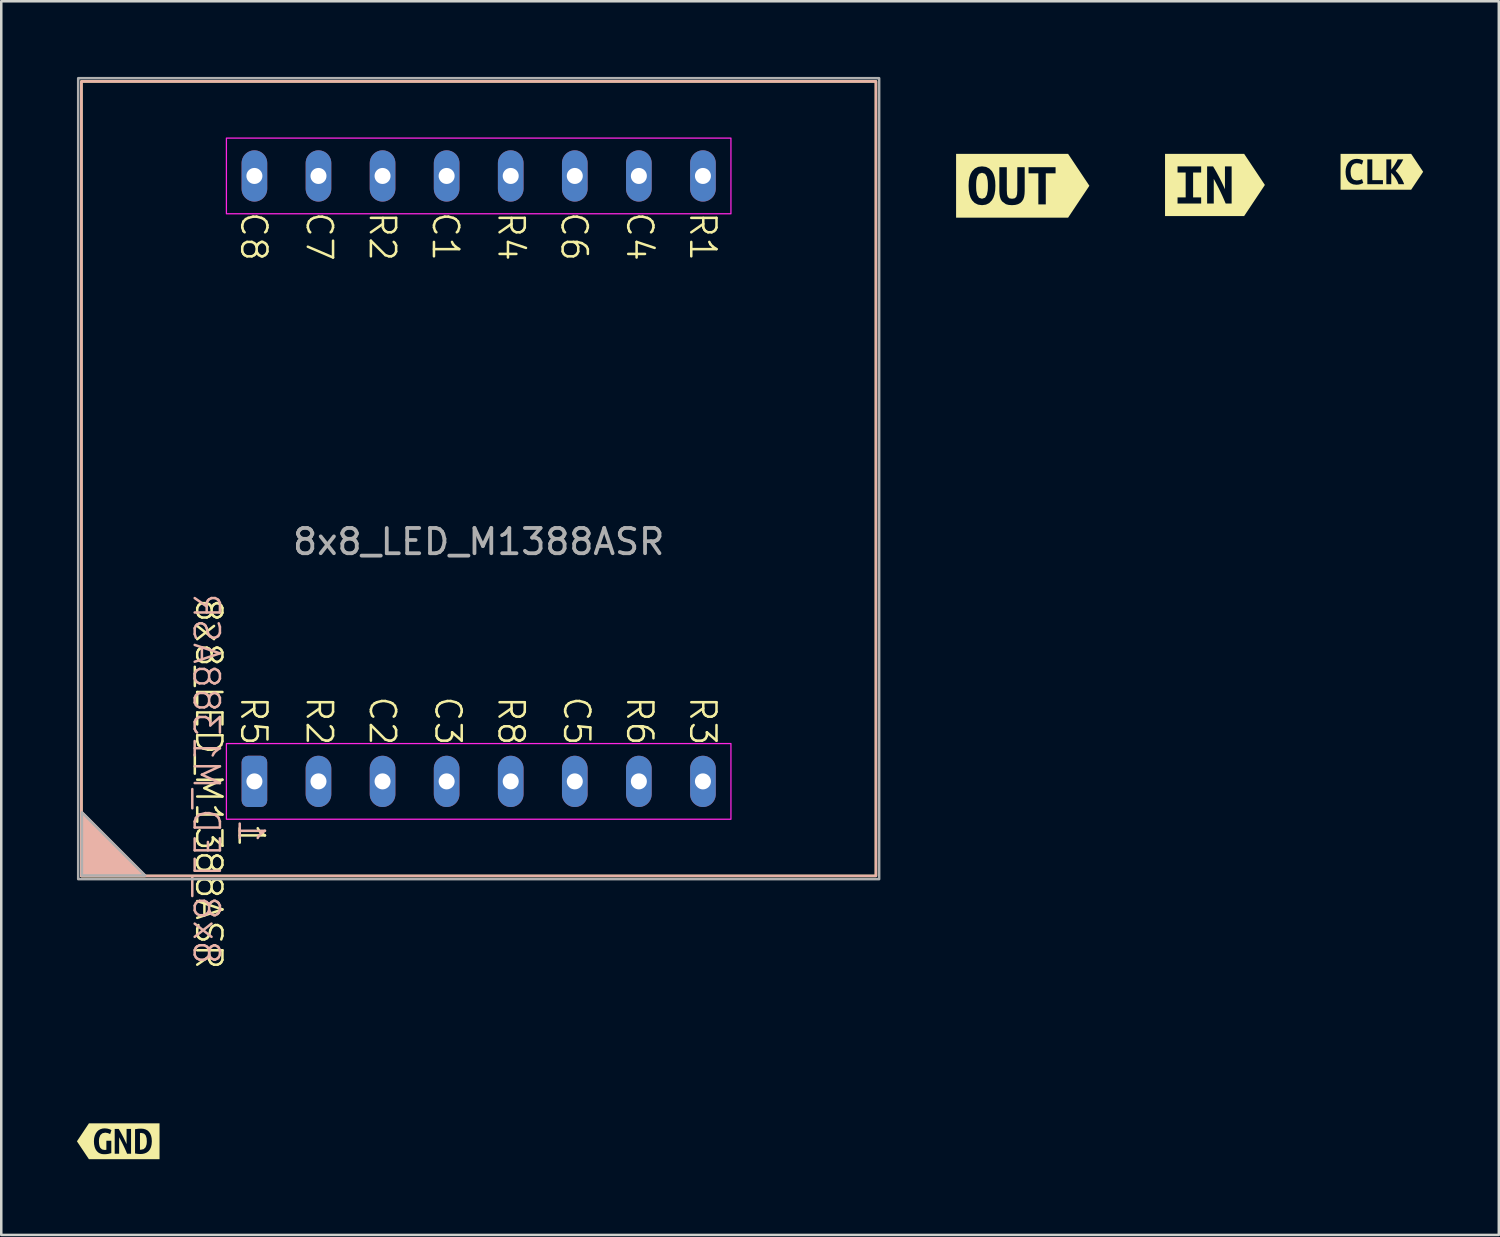
<source format=kicad_pcb>
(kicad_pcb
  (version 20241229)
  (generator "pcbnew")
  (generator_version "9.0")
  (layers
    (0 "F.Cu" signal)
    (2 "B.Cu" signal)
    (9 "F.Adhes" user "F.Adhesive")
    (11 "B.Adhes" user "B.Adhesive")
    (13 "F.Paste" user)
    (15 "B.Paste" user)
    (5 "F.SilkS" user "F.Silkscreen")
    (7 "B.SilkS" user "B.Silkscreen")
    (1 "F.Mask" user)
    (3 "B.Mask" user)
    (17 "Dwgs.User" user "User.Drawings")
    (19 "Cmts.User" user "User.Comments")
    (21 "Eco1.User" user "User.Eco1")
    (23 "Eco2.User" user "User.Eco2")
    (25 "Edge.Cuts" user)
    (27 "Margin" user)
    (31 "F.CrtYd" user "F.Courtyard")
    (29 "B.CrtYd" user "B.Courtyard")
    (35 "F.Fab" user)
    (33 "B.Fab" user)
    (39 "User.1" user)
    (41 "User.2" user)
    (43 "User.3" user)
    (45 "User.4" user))
  (footprint "kibuzzard-6458BD81"
    (layer "F.Cu")
    (at 45.112 4.282)
    (property "Reference" "kibuzzard-6458BD81" (at 0 -4.281 0) (layer "F.SilkS") (effects (font (size 0.001 0.001) (thickness 0.15))))
    (attr board_only exclude_from_pos_files exclude_from_bom)
    (fp_poly (pts (xy -1.483 -1.233) (xy -1.979 -1.233) (xy -1.979 1.233) (xy -1.483 1.233) (xy -1.483 0.737) (xy -1.483 0.494) (xy -1.161 0.494) (xy -1.161 -0.494) (xy -1.483 -0.494) (xy -1.483 -0.737) (xy -0.547 -0.737) (xy -0.547 -0.494) (xy -0.866 -0.494) (xy -0.866 0.494) (xy -0.547 0.494) (xy -0.547 0.737) (xy -1.483 0.737) (xy -1.483 1.233) (xy 0.425 1.233) (xy 0.425 0.737) (xy 0.356 0.574) (xy 0.284 0.411) (xy 0.207 0.248) (xy 0.126 0.085) (xy 0.042 -0.078) (xy -0.047 -0.242) (xy -0.047 0.737) (xy -0.311 0.737) (xy -0.311 -0.737) (xy -0.075 -0.737) (xy -0.009 -0.628) (xy 0.058 -0.51) (xy 0.124 -0.387) (xy 0.188 -0.266) (xy 0.249 -0.146) (xy 0.305 -0.03) (xy 0.354 0.077) (xy 0.396 0.17) (xy 0.396 -0.737) (xy 0.661 -0.737) (xy 0.661 0.737) (xy 0.425 0.737) (xy 0.425 1.233) (xy 0.661 1.233) (xy 1.157 1.233) (xy 1.979 0) (xy 1.157 -1.233) (xy 0.661 -1.233) (xy -1.483 -1.233)) (stroke (width 0) (type solid)) (fill yes) (layer "F.SilkS")))
  (footprint "kibuzzard-6458BD8D"
    (layer "F.Cu")
    (at 37.492 4.314)
    (property "Reference" "kibuzzard-6458BD8D" (at 0 -4.313 0) (layer "F.SilkS") (effects (font (size 0.001 0.001) (thickness 0.15))))
    (attr board_only exclude_from_pos_files exclude_from_bom)
    (fp_poly (pts (xy -1.848 0) (xy -1.846 0.104) (xy -1.84 0.201) (xy -1.806 0.364) (xy -1.736 0.474) (xy -1.615 0.514) (xy -1.494 0.474) (xy -1.423 0.363) (xy -1.39 0.2) (xy -1.383 0.104) (xy -1.381 0) (xy -1.383 -0.104) (xy -1.39 -0.201) (xy -1.423 -0.364) (xy -1.493 -0.474) (xy -1.615 -0.514) (xy -1.736 -0.474) (xy -1.806 -0.363) (xy -1.84 -0.2) (xy -1.846 -0.104) (xy -1.848 0)) (stroke (width 0) (type solid)) (fill yes) (layer "F.SilkS"))
    (fp_poly (pts (xy -2.146 -1.265) (xy -2.642 -1.265) (xy -2.642 1.265) (xy -2.146 1.265) (xy -1.612 1.265) (xy -1.612 0.769) (xy -1.772 0.748) (xy -1.904 0.683) (xy -2.009 0.575) (xy -2.069 0.466) (xy -2.112 0.334) (xy -2.137 0.179) (xy -2.146 0) (xy -2.137 -0.179) (xy -2.111 -0.334) (xy -2.067 -0.466) (xy -2.005 -0.575) (xy -1.899 -0.683) (xy -1.769 -0.748) (xy -1.615 -0.769) (xy -1.455 -0.748) (xy -1.324 -0.683) (xy -1.219 -0.575) (xy -1.16 -0.466) (xy -1.118 -0.334) (xy -1.092 -0.179) (xy -1.084 0) (xy -1.092 0.179) (xy -1.118 0.334) (xy -1.161 0.466) (xy -1.222 0.575) (xy -1.327 0.683) (xy -1.457 0.748) (xy -1.612 0.769) (xy -1.612 1.265) (xy -0.429 1.265) (xy -0.429 0.769) (xy -0.56 0.759) (xy -0.668 0.73) (xy -0.822 0.617) (xy -0.871 0.535) (xy -0.903 0.438) (xy -0.921 0.327) (xy -0.927 0.205) (xy -0.927 -0.736) (xy -0.631 -0.736) (xy -0.631 0.186) (xy -0.622 0.342) (xy -0.59 0.443) (xy -0.527 0.498) (xy -0.424 0.514) (xy -0.322 0.498) (xy -0.257 0.442) (xy -0.224 0.339) (xy -0.215 0.183) (xy -0.215 -0.736) (xy 0.078 -0.736) (xy 0.078 0.205) (xy 0.072 0.327) (xy 0.055 0.438) (xy 0.022 0.535) (xy -0.029 0.617) (xy -0.098 0.682) (xy -0.186 0.73) (xy -0.296 0.759) (xy -0.429 0.769) (xy -0.429 1.265) (xy 0.914 1.265) (xy 0.914 0.738) (xy 0.619 0.738) (xy 0.619 -0.493) (xy 0.231 -0.493) (xy 0.231 -0.736) (xy 1.302 -0.736) (xy 1.302 -0.493) (xy 0.914 -0.493) (xy 0.914 0.738) (xy 0.914 1.265) (xy 1.302 1.265) (xy 1.798 1.265) (xy 2.642 0) (xy 1.798 -1.265) (xy 1.302 -1.265) (xy -2.146 -1.265)) (stroke (width 0) (type solid)) (fill yes) (layer "F.SilkS")))
  (footprint "kibuzzard-6458C0A5"
    (layer "F.Cu")
    (at 51.728 3.76)
    (property "Reference" "kibuzzard-6458C0A5" (at 0 -3.759 0) (layer "F.SilkS") (effects (font (size 0.001 0.001) (thickness 0.15))))
    (attr board_only exclude_from_pos_files exclude_from_bom)
    (fp_poly (pts (xy -1.438 -0.711) (xy -1.637 -0.711) (xy -1.637 0.711) (xy -1.438 0.711) (xy -1.011 0.711) (xy -1.011 0.513) (xy -1.139 0.498) (xy -1.245 0.453) (xy -1.329 0.379) (xy -1.376 0.306) (xy -1.411 0.218) (xy -1.431 0.116) (xy -1.438 0) (xy -1.43 -0.115) (xy -1.405 -0.217) (xy -1.365 -0.305) (xy -1.312 -0.379) (xy -1.247 -0.437) (xy -1.171 -0.479) (xy -1.085 -0.504) (xy -0.992 -0.513) (xy -0.898 -0.504) (xy -0.824 -0.484) (xy -0.771 -0.46) (xy -0.738 -0.441) (xy -0.789 -0.286) (xy -0.877 -0.326) (xy -0.995 -0.343) (xy -1.085 -0.326) (xy -1.163 -0.271) (xy -1.218 -0.167) (xy -1.234 -0.094) (xy -1.24 -0.005) (xy -1.233 0.099) (xy -1.214 0.185) (xy -1.182 0.253) (xy -1.105 0.32) (xy -0.992 0.343) (xy -0.866 0.325) (xy -0.786 0.291) (xy -0.736 0.445) (xy -0.848 0.491) (xy -0.924 0.507) (xy -1.011 0.513) (xy -1.011 0.711) (xy 0.043 0.711) (xy 0.043 0.492) (xy -0.575 0.492) (xy -0.575 -0.491) (xy -0.378 -0.491) (xy -0.378 0.33) (xy 0.043 0.33) (xy 0.043 0.492) (xy 0.043 0.711) (xy 0.662 0.711) (xy 0.662 0.492) (xy 0.612 0.372) (xy 0.578 0.309) (xy 0.54 0.247) (xy 0.499 0.188) (xy 0.457 0.133) (xy 0.373 0.043) (xy 0.373 0.492) (xy 0.178 0.492) (xy 0.178 -0.491) (xy 0.373 -0.491) (xy 0.373 -0.083) (xy 0.446 -0.181) (xy 0.518 -0.289) (xy 0.581 -0.395) (xy 0.629 -0.491) (xy 0.849 -0.491) (xy 0.796 -0.393) (xy 0.763 -0.337) (xy 0.726 -0.279) (xy 0.685 -0.218) (xy 0.641 -0.157) (xy 0.594 -0.096) (xy 0.546 -0.038) (xy 0.596 0.013) (xy 0.646 0.071) (xy 0.696 0.136) (xy 0.742 0.204) (xy 0.785 0.275) (xy 0.824 0.348) (xy 0.857 0.421) (xy 0.883 0.492) (xy 0.662 0.492) (xy 0.662 0.711) (xy 0.964 0.711) (xy 1.162 0.711) (xy 1.637 0) (xy 1.162 -0.711) (xy 0.964 -0.711) (xy -1.438 -0.711)) (stroke (width 0) (type solid)) (fill yes) (layer "F.SilkS")))
  (footprint "8x8_LED_M1388ASR"
    (layer "F.Cu")
    (at 15.925 15.925)
    (property "Reference" "8x8_LED_M1388ASR" (at -10.7 12.1 270) (unlocked yes) (layer "F.SilkS") (effects (font (size 1 1) (thickness 0.1))))
    (attr smd)
    (fp_rect (start -15.748 -15.748) (end 15.748 15.748) (stroke (width 0.1) (type default)) (fill no) (layer "F.SilkS"))
    (fp_poly (pts (xy -15.748 15.748) (xy -15.748 13.248) (xy -13.248 15.748)) (stroke (width 0.1) (type solid)) (fill yes) (layer "F.SilkS"))
    (fp_rect (start -15.748 -15.748) (end 15.748 15.748) (stroke (width 0.1) (type default)) (fill no) (layer "B.SilkS"))
    (fp_poly (pts (xy -15.748 13.208) (xy -15.748 15.748) (xy -13.208 15.748)) (stroke (width 0.1) (type solid)) (fill yes) (layer "B.SilkS"))
    (fp_rect (start -10 -13.5) (end 10 -10.5) (stroke (width 0.05) (type default)) (fill no) (layer "F.CrtYd"))
    (fp_rect (start -10 10.5) (end 10 13.5) (stroke (width 0.05) (type default)) (fill no) (layer "F.CrtYd"))
    (fp_rect (start -15.875 -15.875) (end 15.875 15.875) (stroke (width 0.1) (type default)) (fill no) (layer "F.Fab"))
    (fp_poly (pts (xy -15.728 15.728) (xy -15.728 13.228) (xy -13.228 15.728)) (stroke (width 0.1) (type solid)) (fill no) (layer "F.Fab"))
    (fp_text user "R4" (at 0.7 -9.6 270) (unlocked yes) (layer "F.SilkS") (effects (font (size 1 1) (thickness 0.1)) (justify bottom)))
    (fp_text user "R1" (at 8.3 -9.6 270) (unlocked yes) (layer "F.SilkS") (effects (font (size 1 1) (thickness 0.1)) (justify bottom)))
    (fp_text user "C8" (at -9.5 -9.6 270) (unlocked yes) (layer "F.SilkS") (effects (font (size 1 1) (thickness 0.1)) (justify bottom)))
    (fp_text user "C4" (at 5.8 -9.6 270) (unlocked yes) (layer "F.SilkS") (effects (font (size 1 1) (thickness 0.1)) (justify bottom)))
    (fp_text user "R2" (at -4.4 -9.6 270) (unlocked yes) (layer "F.SilkS") (effects (font (size 1 1) (thickness 0.1)) (justify bottom)))
    (fp_text user "R5" (at -9.5 9.6 270) (unlocked yes) (layer "F.SilkS") (effects (font (size 1 1) (thickness 0.1)) (justify bottom)))
    (fp_text user "R2" (at -6.9 9.6 270) (unlocked yes) (layer "F.SilkS") (effects (font (size 1 1) (thickness 0.1)) (justify bottom)))
    (fp_text user "C7" (at -6.9 -9.6 270) (unlocked yes) (layer "F.SilkS") (effects (font (size 1 1) (thickness 0.1)) (justify bottom)))
    (fp_text user "C2" (at -4.4 9.6 270) (unlocked yes) (layer "F.SilkS") (effects (font (size 1 1) (thickness 0.1)) (justify bottom)))
    (fp_text user "C1" (at -1.9 -9.6 270) (unlocked yes) (layer "F.SilkS") (effects (font (size 1 1) (thickness 0.1)) (justify bottom)))
    (fp_text user "C5" (at 3.3 9.6 270) (unlocked yes) (layer "F.SilkS") (effects (font (size 1 1) (thickness 0.1)) (justify bottom)))
    (fp_text user "R8" (at 0.7 9.6 270) (unlocked yes) (layer "F.SilkS") (effects (font (size 1 1) (thickness 0.1)) (justify bottom)))
    (fp_text user "R3" (at 8.3 9.6 270) (unlocked yes) (layer "F.SilkS") (effects (font (size 1 1) (thickness 0.1)) (justify bottom)))
    (fp_text user "R6" (at 5.8 9.6 270) (unlocked yes) (layer "F.SilkS") (effects (font (size 1 1) (thickness 0.1)) (justify bottom)))
    (fp_text user "C6" (at 3.2 -9.6 270) (unlocked yes) (layer "F.SilkS") (effects (font (size 1 1) (thickness 0.1)) (justify bottom)))
    (fp_text user "C3" (at -1.8 9.6 270) (unlocked yes) (layer "F.SilkS") (effects (font (size 1 1) (thickness 0.1)) (justify bottom)))
    (fp_text user "1" (at -9.6 13.6 270) (unlocked yes) (layer "F.SilkS") (effects (font (size 1 1) (thickness 0.1)) (justify left bottom)))
    (fp_text user "1" (at -9.6 14.5 270) (unlocked yes) (layer "B.SilkS") (effects (font (size 1 1) (thickness 0.1)) (justify left bottom mirror)))
    (fp_text user "${REFERENCE}" (at -10.8 11.9 270) (unlocked yes) (layer "B.SilkS") (effects (font (size 1 1) (thickness 0.1)) (justify mirror)))
    (fp_text user "${REFERENCE}" (at 0 2.5 0) (unlocked yes) (layer "F.Fab") (effects (font (size 1 1) (thickness 0.15))))
    (pad "1" thru_hole roundrect (at -8.89 12) (size 1.016 2.032) (drill 0.635) (layers "*.Cu" "*.Mask") (roundrect_rratio 0.25))
    (pad "2" thru_hole oval (at -6.35 12) (size 1.016 2.032) (drill 0.635) (layers "*.Cu" "*.Mask"))
    (pad "3" thru_hole oval (at -3.81 12) (size 1.016 2.032) (drill 0.635) (layers "*.Cu" "*.Mask"))
    (pad "4" thru_hole oval (at -1.27 12) (size 1.016 2.032) (drill 0.635) (layers "*.Cu" "*.Mask"))
    (pad "5" thru_hole oval (at 1.27 12) (size 1.016 2.032) (drill 0.635) (layers "*.Cu" "*.Mask"))
    (pad "6" thru_hole oval (at 3.81 12) (size 1.016 2.032) (drill 0.635) (layers "*.Cu" "*.Mask"))
    (pad "7" thru_hole oval (at 6.35 12) (size 1.016 2.032) (drill 0.635) (layers "*.Cu" "*.Mask"))
    (pad "8" thru_hole oval (at 8.89 12) (size 1.016 2.032) (drill 0.635) (layers "*.Cu" "*.Mask"))
    (pad "9" thru_hole oval (at 8.89 -12) (size 1.016 2.032) (drill 0.635) (layers "*.Cu" "*.Mask"))
    (pad "10" thru_hole oval (at 6.35 -12) (size 1.016 2.032) (drill 0.635) (layers "*.Cu" "*.Mask"))
    (pad "11" thru_hole oval (at 3.81 -12) (size 1.016 2.032) (drill 0.635) (layers "*.Cu" "*.Mask"))
    (pad "12" thru_hole oval (at 1.27 -12) (size 1.016 2.032) (drill 0.635) (layers "*.Cu" "*.Mask"))
    (pad "13" thru_hole oval (at -1.27 -12) (size 1.016 2.032) (drill 0.635) (layers "*.Cu" "*.Mask"))
    (pad "14" thru_hole oval (at -3.81 -12) (size 1.016 2.032) (drill 0.635) (layers "*.Cu" "*.Mask"))
    (pad "15" thru_hole oval (at -6.35 -12) (size 1.016 2.032) (drill 0.635) (layers "*.Cu" "*.Mask"))
    (pad "16" thru_hole oval (at -8.89 -12) (size 1.016 2.032) (drill 0.635) (layers "*.Cu" "*.Mask")))
  (footprint "kibuzzard-6458C1BA"
    (layer "F.Cu")
    (at 1.637 42.192)
    (property "Reference" "kibuzzard-6458C1BA" (at 0 -3.759 0) (layer "F.SilkS") (effects (font (size 0.001 0.001) (thickness 0.15))))
    (attr board_only exclude_from_pos_files exclude_from_bom)
    (fp_poly (pts (xy 0.862 0.333) (xy 0.879 0.335) (xy 0.897 0.335) (xy 1.008 0.31) (xy 1.082 0.24) (xy 1.121 0.134) (xy 1.13 0.07) (xy 1.133 0) (xy 1.124 -0.124) (xy 1.09 -0.23) (xy 1.025 -0.304) (xy 0.919 -0.332) (xy 0.89 -0.331) (xy 0.862 -0.327) (xy 0.862 0.333)) (stroke (width 0) (type solid)) (fill yes) (layer "F.SilkS"))
    (fp_poly (pts (xy -0.964 -0.711) (xy -1.162 -0.711) (xy -1.637 0) (xy -1.162 0.711) (xy -0.964 0.711) (xy -0.562 0.711) (xy -0.562 0.513) (xy -0.65 0.505) (xy -0.728 0.48) (xy -0.797 0.44) (xy -0.854 0.383) (xy -0.901 0.311) (xy -0.935 0.223) (xy -0.957 0.119) (xy -0.964 0) (xy -0.956 -0.118) (xy -0.931 -0.221) (xy -0.891 -0.31) (xy -0.84 -0.383) (xy -0.778 -0.44) (xy -0.705 -0.48) (xy -0.625 -0.505) (xy -0.539 -0.513) (xy -0.436 -0.504) (xy -0.358 -0.484) (xy -0.303 -0.46) (xy -0.27 -0.441) (xy -0.321 -0.286) (xy -0.407 -0.325) (xy -0.512 -0.343) (xy -0.629 -0.318) (xy -0.708 -0.247) (xy -0.752 -0.139) (xy -0.762 -0.073) (xy -0.766 0) (xy -0.759 0.107) (xy -0.741 0.194) (xy -0.71 0.26) (xy -0.641 0.322) (xy -0.546 0.343) (xy -0.508 0.341) (xy -0.47 0.337) (xy -0.47 -0.022) (xy -0.275 -0.022) (xy -0.275 0.468) (xy -0.384 0.497) (xy -0.465 0.509) (xy -0.562 0.513) (xy -0.562 0.711) (xy 0.35 0.711) (xy 0.35 0.492) (xy 0.305 0.383) (xy 0.256 0.274) (xy 0.205 0.166) (xy 0.152 0.057) (xy 0.095 -0.051) (xy 0.036 -0.16) (xy 0.036 0.492) (xy -0.14 0.492) (xy -0.14 -0.491) (xy 0.017 -0.491) (xy 0.062 -0.418) (xy 0.106 -0.339) (xy 0.15 -0.257) (xy 0.193 -0.176) (xy 0.233 -0.096) (xy 0.27 -0.019) (xy 0.303 0.052) (xy 0.331 0.114) (xy 0.331 -0.491) (xy 0.508 -0.491) (xy 0.508 0.492) (xy 0.35 0.492) (xy 0.35 0.711) (xy 0.876 0.711) (xy 0.876 0.505) (xy 0.774 0.499) (xy 0.666 0.481) (xy 0.666 -0.478) (xy 0.792 -0.497) (xy 0.901 -0.502) (xy 0.994 -0.495) (xy 1.078 -0.473) (xy 1.152 -0.436) (xy 1.214 -0.383) (xy 1.263 -0.314) (xy 1.301 -0.228) (xy 1.324 -0.124) (xy 1.332 0) (xy 1.323 0.126) (xy 1.297 0.233) (xy 1.257 0.32) (xy 1.203 0.389) (xy 1.137 0.441) (xy 1.059 0.477) (xy 0.972 0.498) (xy 0.876 0.505) (xy 0.876 0.711) (xy 1.438 0.711) (xy 1.637 0.711) (xy 1.637 -0.711) (xy 1.438 -0.711) (xy -0.964 -0.711)) (stroke (width 0) (type solid)) (fill yes) (layer "F.SilkS")))
  (gr_rect
    (start -3 -3)
    (end 56.364 45.904)
    (stroke (width 0.1) (type default))
    (fill no)
    (layer "Edge.Cuts")))
</source>
